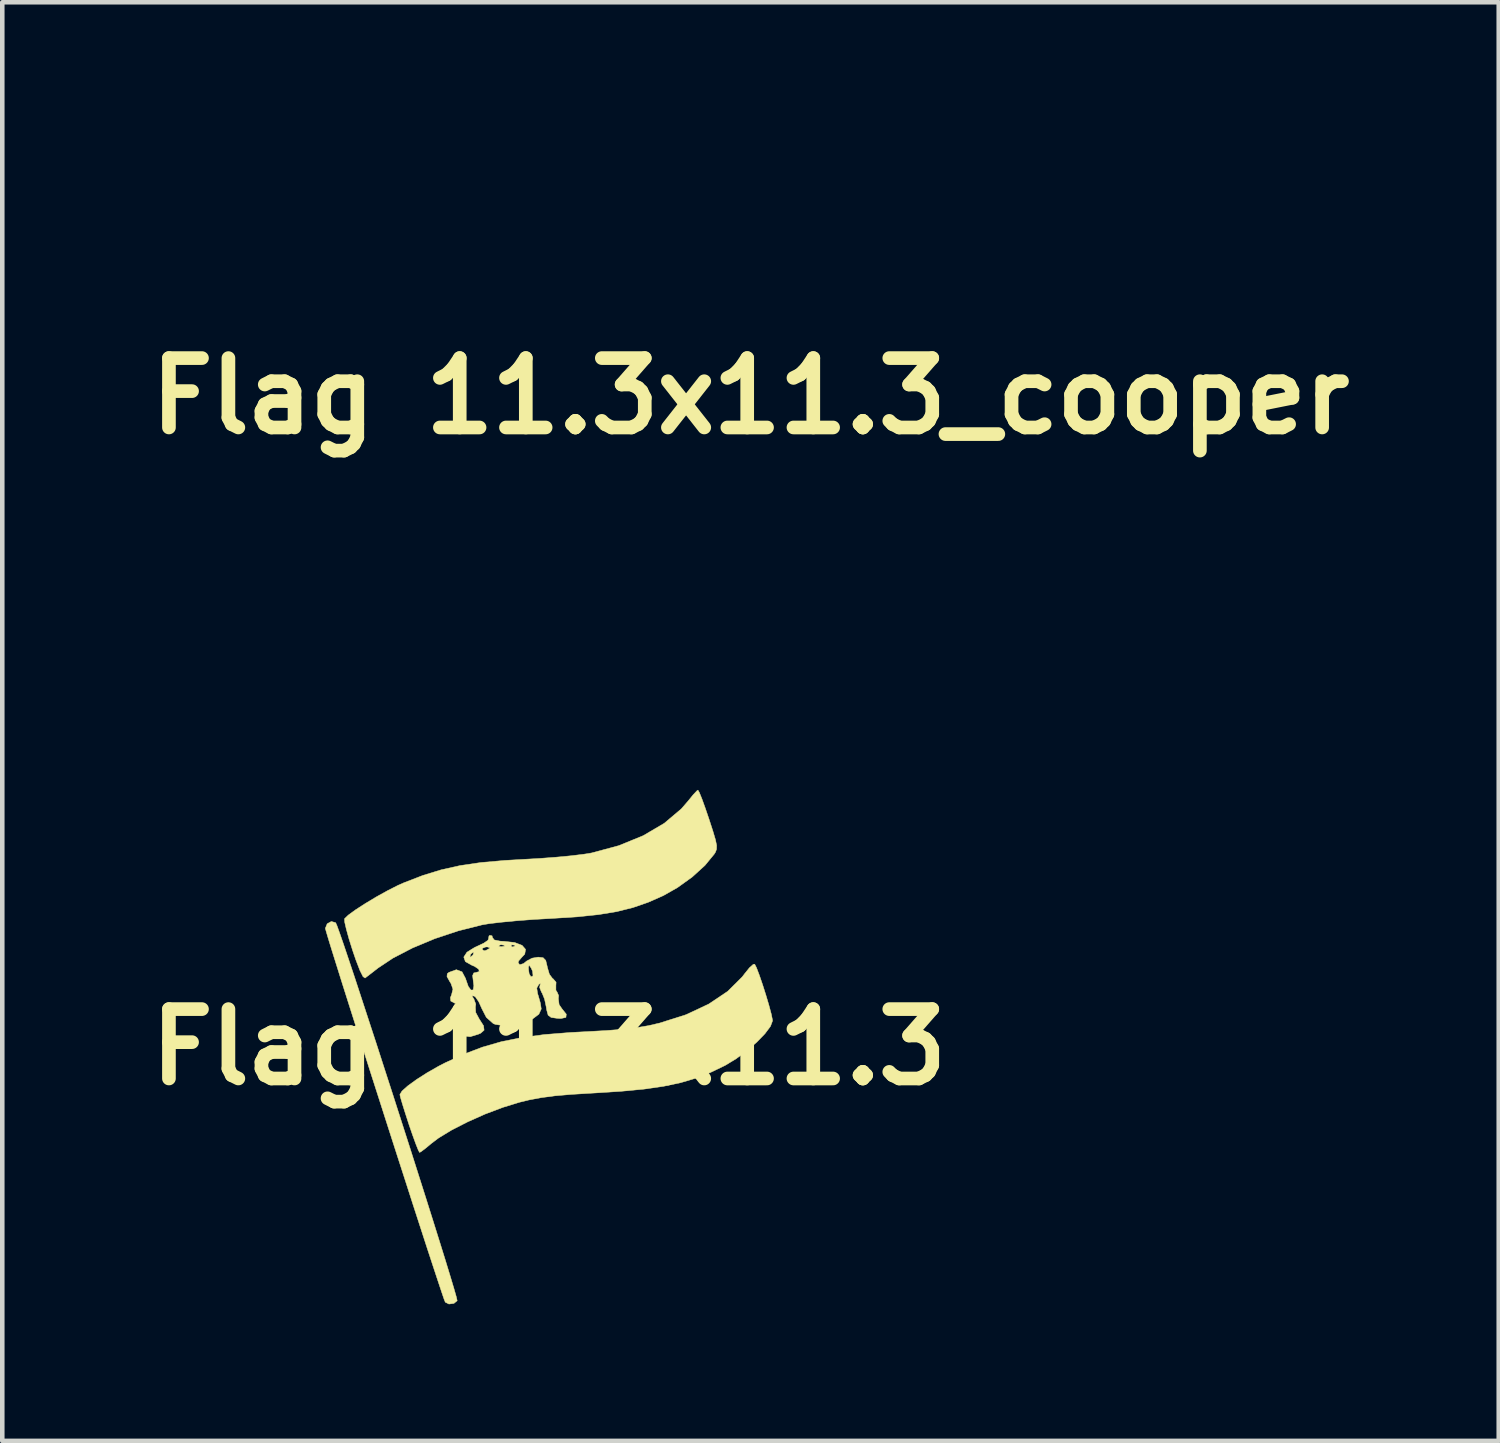
<source format=kicad_pcb>
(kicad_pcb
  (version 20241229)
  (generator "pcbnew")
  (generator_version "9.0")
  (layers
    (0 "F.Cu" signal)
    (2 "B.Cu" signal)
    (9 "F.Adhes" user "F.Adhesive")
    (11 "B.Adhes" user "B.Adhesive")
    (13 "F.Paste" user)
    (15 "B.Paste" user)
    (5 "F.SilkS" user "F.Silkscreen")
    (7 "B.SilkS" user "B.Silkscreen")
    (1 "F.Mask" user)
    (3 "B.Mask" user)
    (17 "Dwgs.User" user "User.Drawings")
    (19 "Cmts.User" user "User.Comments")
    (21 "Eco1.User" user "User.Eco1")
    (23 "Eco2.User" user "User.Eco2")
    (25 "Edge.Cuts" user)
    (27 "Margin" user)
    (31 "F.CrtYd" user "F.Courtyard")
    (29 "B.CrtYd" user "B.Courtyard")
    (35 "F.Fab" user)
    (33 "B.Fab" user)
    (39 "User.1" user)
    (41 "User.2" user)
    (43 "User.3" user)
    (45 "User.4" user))
  (footprint "Flag 11.3x11.3_cooper"
    (layer "F.Cu")
    (at 13.433 5.649)
    (property "Reference" "Flag 11.3x11.3_cooper" (at 0 0 0) (layer "F.SilkS") (effects (font (size 1.524 1.524) (thickness 0.3))))
    (attr through_hole)
    (fp_poly (pts (xy -4.686 -2.733) (xy -4.683 -2.73) (xy -4.655 -2.667) (xy -4.597 -2.506) (xy -4.511 -2.258) (xy -4.402 -1.934) (xy -4.271 -1.542) (xy -4.124 -1.094) (xy -3.962 -0.599) (xy -3.788 -0.068) (xy -3.608 0.49) (xy -3.422 1.064) (xy -3.236 1.644) (xy -3.051 2.22) (xy -2.872 2.783) (xy -2.701 3.321) (xy -2.542 3.825) (xy -2.398 4.285) (xy -2.272 4.69) (xy -2.168 5.031) (xy -2.088 5.297) (xy -2.036 5.479) (xy -2.016 5.566) (xy -2.016 5.571) (xy -2.087 5.629) (xy -2.196 5.643) (xy -2.276 5.603) (xy -2.277 5.602) (xy -2.303 5.536) (xy -2.359 5.372) (xy -2.442 5.122) (xy -2.55 4.795) (xy -2.679 4.402) (xy -2.825 3.952) (xy -2.986 3.456) (xy -3.157 2.924) (xy -3.337 2.367) (xy -3.521 1.794) (xy -3.706 1.216) (xy -3.89 0.643) (xy -4.068 0.085) (xy -4.237 -0.447) (xy -4.395 -0.944) (xy -4.538 -1.395) (xy -4.662 -1.791) (xy -4.765 -2.12) (xy -4.843 -2.373) (xy -4.892 -2.539) (xy -4.911 -2.608) (xy -4.911 -2.609) (xy -4.87 -2.709) (xy -4.779 -2.759) (xy -4.686 -2.733)) (stroke (width 0.01) (type solid)) (fill yes) (layer "F.Mask"))
    (fp_poly (pts (xy 3.302 -5.594) (xy 3.358 -5.457) (xy 3.431 -5.255) (xy 3.514 -5.012) (xy 3.602 -4.741) (xy 3.657 -4.555) (xy 3.683 -4.431) (xy 3.681 -4.347) (xy 3.657 -4.281) (xy 3.63 -4.238) (xy 3.427 -3.991) (xy 3.148 -3.737) (xy 2.824 -3.504) (xy 2.512 -3.327) (xy 2.179 -3.18) (xy 1.846 -3.065) (xy 1.49 -2.976) (xy 1.089 -2.91) (xy 0.621 -2.861) (xy 0.064 -2.826) (xy 0.028 -2.824) (xy -0.344 -2.803) (xy -0.711 -2.775) (xy -1.043 -2.743) (xy -1.315 -2.711) (xy -1.474 -2.684) (xy -1.992 -2.553) (xy -2.509 -2.381) (xy -2.996 -2.178) (xy -3.424 -1.956) (xy -3.754 -1.737) (xy -3.896 -1.626) (xy -4.006 -1.542) (xy -4.038 -1.517) (xy -4.083 -1.548) (xy -4.151 -1.683) (xy -4.241 -1.917) (xy -4.31 -2.119) (xy -4.39 -2.373) (xy -4.45 -2.59) (xy -4.486 -2.746) (xy -4.49 -2.818) (xy -4.49 -2.819) (xy -4.408 -2.898) (xy -4.249 -3.014) (xy -4.037 -3.151) (xy -3.795 -3.297) (xy -3.546 -3.435) (xy -3.314 -3.553) (xy -3.187 -3.609) (xy -2.77 -3.77) (xy -2.366 -3.894) (xy -1.95 -3.987) (xy -1.493 -4.054) (xy -0.968 -4.1) (xy -0.587 -4.122) (xy -0.213 -4.143) (xy 0.158 -4.171) (xy 0.495 -4.203) (xy 0.772 -4.237) (xy 0.937 -4.264) (xy 1.535 -4.425) (xy 2.071 -4.644) (xy 2.533 -4.916) (xy 2.908 -5.233) (xy 3.061 -5.41) (xy 3.168 -5.542) (xy 3.248 -5.627) (xy 3.273 -5.644) (xy 3.302 -5.594)) (stroke (width 0.01) (type solid)) (fill yes) (layer "F.Mask"))
    (fp_poly (pts (xy 4.559 -1.742) (xy 4.62 -1.582) (xy 4.692 -1.372) (xy 4.766 -1.139) (xy 4.833 -0.913) (xy 4.884 -0.723) (xy 4.909 -0.598) (xy 4.911 -0.578) (xy 4.866 -0.457) (xy 4.744 -0.294) (xy 4.565 -0.109) (xy 4.347 0.08) (xy 4.111 0.256) (xy 3.875 0.399) (xy 3.866 0.404) (xy 3.548 0.557) (xy 3.229 0.682) (xy 2.891 0.782) (xy 2.516 0.861) (xy 2.086 0.923) (xy 1.581 0.971) (xy 0.984 1.009) (xy 0.931 1.012) (xy 0.489 1.039) (xy 0.132 1.07) (xy -0.169 1.11) (xy -0.441 1.161) (xy -0.649 1.212) (xy -1.013 1.324) (xy -1.402 1.471) (xy -1.785 1.642) (xy -2.136 1.821) (xy -2.425 1.997) (xy -2.577 2.112) (xy -2.712 2.224) (xy -2.809 2.297) (xy -2.841 2.314) (xy -2.869 2.264) (xy -2.923 2.128) (xy -2.996 1.927) (xy -3.072 1.707) (xy -3.152 1.46) (xy -3.218 1.25) (xy -3.261 1.102) (xy -3.274 1.042) (xy -3.227 0.965) (xy -3.099 0.851) (xy -2.909 0.713) (xy -2.678 0.565) (xy -2.424 0.42) (xy -2.283 0.347) (xy -1.863 0.154) (xy -1.458 0.000135) (xy -1.045 -0.119) (xy -0.601 -0.209) (xy -0.103 -0.275) (xy 0.471 -0.321) (xy 0.818 -0.339) (xy 1.266 -0.364) (xy 1.627 -0.392) (xy 1.925 -0.427) (xy 2.186 -0.471) (xy 2.432 -0.528) (xy 3.009 -0.711) (xy 3.51 -0.946) (xy 3.926 -1.225) (xy 4.245 -1.542) (xy 4.3 -1.614) (xy 4.405 -1.744) (xy 4.487 -1.817) (xy 4.519 -1.821) (xy 4.559 -1.742)) (stroke (width 0.01) (type solid)) (fill yes) (layer "F.Mask"))
    (fp_poly (pts (xy -1.249 -2.444) (xy -1.242 -2.409) (xy -1.201 -2.354) (xy -1.07 -2.327) (xy -0.988 -2.323) (xy -0.752 -2.297) (xy -0.59 -2.235) (xy -0.513 -2.147) (xy -0.531 -2.042) (xy -0.593 -1.976) (xy -0.664 -1.894) (xy -0.677 -1.856) (xy -0.642 -1.809) (xy -0.557 -1.835) (xy -0.488 -1.891) (xy -0.371 -1.953) (xy -0.237 -1.976) (xy -0.127 -1.963) (xy -0.07 -1.904) (xy -0.037 -1.767) (xy -0.036 -1.756) (xy 0.01 -1.6) (xy 0.078 -1.508) (xy 0.091 -1.501) (xy 0.157 -1.425) (xy 0.153 -1.354) (xy 0.153 -1.248) (xy 0.18 -1.207) (xy 0.213 -1.132) (xy 0.207 -1.062) (xy 0.224 -0.932) (xy 0.286 -0.842) (xy 0.381 -0.723) (xy 0.373 -0.652) (xy 0.263 -0.628) (xy 0.183 -0.632) (xy 0.049 -0.651) (xy -0.018 -0.701) (xy -0.05 -0.818) (xy -0.06 -0.884) (xy -0.096 -1.054) (xy -0.149 -1.185) (xy -0.163 -1.206) (xy -0.205 -1.31) (xy -0.194 -1.366) (xy -0.177 -1.41) (xy -0.225 -1.373) (xy -0.267 -1.297) (xy -0.249 -1.175) (xy -0.233 -1.125) (xy -0.188 -0.967) (xy -0.169 -0.839) (xy -0.169 -0.837) (xy -0.221 -0.723) (xy -0.357 -0.62) (xy -0.55 -0.538) (xy -0.77 -0.484) (xy -0.989 -0.469) (xy -1.18 -0.5) (xy -1.222 -0.517) (xy -1.375 -0.653) (xy -1.473 -0.844) (xy -1.543 -0.999) (xy -1.615 -1.102) (xy -1.644 -1.121) (xy -1.692 -1.127) (xy -1.659 -1.072) (xy -1.65 -1.061) (xy -1.607 -0.944) (xy -1.615 -0.878) (xy -1.608 -0.761) (xy -1.532 -0.619) (xy -1.436 -0.469) (xy -1.424 -0.372) (xy -1.498 -0.306) (xy -1.556 -0.281) (xy -1.731 -0.228) (xy -1.824 -0.24) (xy -1.846 -0.322) (xy -1.836 -0.388) (xy -1.828 -0.518) (xy -1.885 -0.582) (xy -1.894 -0.586) (xy -1.959 -0.651) (xy -1.952 -0.763) (xy -1.946 -0.877) (xy -2.021 -0.943) (xy -2.058 -0.959) (xy -2.156 -1.011) (xy -2.164 -1.086) (xy -2.139 -1.149) (xy -2.108 -1.272) (xy -2.151 -1.396) (xy -2.177 -1.437) (xy -2.239 -1.549) (xy -2.233 -1.611) (xy -2.197 -1.641) (xy -2.034 -1.7) (xy -1.909 -1.654) (xy -1.83 -1.505) (xy -1.825 -1.486) (xy -1.771 -1.332) (xy -1.712 -1.253) (xy -1.665 -1.256) (xy -1.649 -1.345) (xy -1.66 -1.432) (xy -1.676 -1.571) (xy -1.651 -1.629) (xy -1.611 -1.637) (xy -1.531 -1.659) (xy -1.542 -1.711) (xy -1.551 -1.717) (xy -0.45 -1.717) (xy -0.434 -1.609) (xy -0.396 -1.546) (xy -0.357 -1.558) (xy -0.35 -1.575) (xy -0.36 -1.667) (xy -0.389 -1.734) (xy -0.435 -1.8) (xy -0.449 -1.761) (xy -0.45 -1.717) (xy -1.551 -1.717) (xy -1.633 -1.773) (xy -1.693 -1.798) (xy -1.835 -1.878) (xy -1.87 -1.977) (xy -1.869 -1.979) (xy -1.736 -1.979) (xy -1.728 -1.976) (xy -1.677 -2.015) (xy -1.665 -2.032) (xy -1.651 -2.085) (xy -1.658 -2.088) (xy -1.71 -2.049) (xy -1.722 -2.032) (xy -1.736 -1.979) (xy -1.869 -1.979) (xy -1.801 -2.084) (xy -1.7 -2.147) (xy -1.468 -2.147) (xy -1.426 -2.116) (xy -1.383 -2.124) (xy -1.309 -2.165) (xy -1.298 -2.179) (xy -1.344 -2.199) (xy -1.383 -2.201) (xy -1.458 -2.172) (xy -1.468 -2.147) (xy -1.7 -2.147) (xy -1.63 -2.19) (xy -1.581 -2.212) (xy -1.575 -2.215) (xy -1.104 -2.215) (xy -1.049 -2.206) (xy -0.976 -2.216) (xy -0.975 -2.235) (xy -0.995 -2.239) (xy -0.828 -2.239) (xy -0.82 -2.205) (xy -0.79 -2.201) (xy -0.744 -2.222) (xy -0.753 -2.239) (xy -0.82 -2.246) (xy -0.828 -2.239) (xy -0.995 -2.239) (xy -1.05 -2.249) (xy -1.083 -2.24) (xy -1.104 -2.215) (xy -1.575 -2.215) (xy -1.431 -2.283) (xy -1.341 -2.345) (xy -1.328 -2.374) (xy -1.317 -2.44) (xy -1.299 -2.455) (xy -1.249 -2.444)) (stroke (width 0.01) (type solid)) (fill yes) (layer "F.Mask")))
  (footprint "Flag 11.3x11.3"
    (layer "F.Cu")
    (at 9.006 19.947)
    (property "Reference" "Flag 11.3x11.3" (at 0 0 0) (layer "F.SilkS") (effects (font (size 1.524 1.524) (thickness 0.3))))
    (attr through_hole)
    (fp_poly (pts (xy -4.686 -2.733) (xy -4.683 -2.73) (xy -4.655 -2.667) (xy -4.597 -2.506) (xy -4.511 -2.258) (xy -4.402 -1.934) (xy -4.271 -1.542) (xy -4.124 -1.094) (xy -3.962 -0.599) (xy -3.788 -0.068) (xy -3.608 0.49) (xy -3.422 1.064) (xy -3.236 1.644) (xy -3.051 2.22) (xy -2.872 2.783) (xy -2.701 3.321) (xy -2.542 3.825) (xy -2.398 4.285) (xy -2.272 4.69) (xy -2.168 5.031) (xy -2.088 5.297) (xy -2.036 5.479) (xy -2.016 5.566) (xy -2.016 5.571) (xy -2.087 5.629) (xy -2.196 5.643) (xy -2.276 5.603) (xy -2.277 5.602) (xy -2.303 5.536) (xy -2.359 5.372) (xy -2.442 5.122) (xy -2.55 4.795) (xy -2.679 4.402) (xy -2.825 3.952) (xy -2.986 3.456) (xy -3.157 2.924) (xy -3.337 2.367) (xy -3.521 1.794) (xy -3.706 1.216) (xy -3.89 0.643) (xy -4.068 0.085) (xy -4.237 -0.447) (xy -4.395 -0.944) (xy -4.538 -1.395) (xy -4.662 -1.791) (xy -4.765 -2.12) (xy -4.843 -2.373) (xy -4.892 -2.539) (xy -4.911 -2.608) (xy -4.911 -2.609) (xy -4.87 -2.709) (xy -4.779 -2.759) (xy -4.686 -2.733)) (stroke (width 0.01) (type solid)) (fill yes) (layer "F.SilkS"))
    (fp_poly (pts (xy 3.302 -5.594) (xy 3.358 -5.457) (xy 3.431 -5.255) (xy 3.514 -5.012) (xy 3.602 -4.741) (xy 3.657 -4.555) (xy 3.683 -4.431) (xy 3.681 -4.347) (xy 3.657 -4.281) (xy 3.63 -4.238) (xy 3.427 -3.991) (xy 3.148 -3.737) (xy 2.824 -3.504) (xy 2.512 -3.327) (xy 2.179 -3.18) (xy 1.846 -3.065) (xy 1.49 -2.976) (xy 1.089 -2.91) (xy 0.621 -2.861) (xy 0.064 -2.826) (xy 0.028 -2.824) (xy -0.344 -2.803) (xy -0.711 -2.775) (xy -1.043 -2.743) (xy -1.315 -2.711) (xy -1.474 -2.684) (xy -1.992 -2.553) (xy -2.509 -2.381) (xy -2.996 -2.178) (xy -3.424 -1.956) (xy -3.754 -1.737) (xy -3.896 -1.626) (xy -4.006 -1.542) (xy -4.038 -1.517) (xy -4.083 -1.548) (xy -4.151 -1.683) (xy -4.241 -1.917) (xy -4.31 -2.119) (xy -4.39 -2.373) (xy -4.45 -2.59) (xy -4.486 -2.746) (xy -4.49 -2.818) (xy -4.49 -2.819) (xy -4.408 -2.898) (xy -4.249 -3.014) (xy -4.037 -3.151) (xy -3.795 -3.297) (xy -3.546 -3.435) (xy -3.314 -3.553) (xy -3.187 -3.609) (xy -2.77 -3.77) (xy -2.366 -3.894) (xy -1.95 -3.987) (xy -1.493 -4.054) (xy -0.968 -4.1) (xy -0.587 -4.122) (xy -0.213 -4.143) (xy 0.158 -4.171) (xy 0.495 -4.203) (xy 0.772 -4.237) (xy 0.937 -4.264) (xy 1.535 -4.425) (xy 2.071 -4.644) (xy 2.533 -4.916) (xy 2.908 -5.233) (xy 3.061 -5.41) (xy 3.168 -5.542) (xy 3.248 -5.627) (xy 3.273 -5.644) (xy 3.302 -5.594)) (stroke (width 0.01) (type solid)) (fill yes) (layer "F.SilkS"))
    (fp_poly (pts (xy 4.559 -1.742) (xy 4.62 -1.582) (xy 4.692 -1.372) (xy 4.766 -1.139) (xy 4.833 -0.913) (xy 4.884 -0.723) (xy 4.909 -0.598) (xy 4.911 -0.578) (xy 4.866 -0.457) (xy 4.744 -0.294) (xy 4.565 -0.109) (xy 4.347 0.08) (xy 4.111 0.256) (xy 3.875 0.399) (xy 3.866 0.404) (xy 3.548 0.557) (xy 3.229 0.682) (xy 2.891 0.782) (xy 2.516 0.861) (xy 2.086 0.923) (xy 1.581 0.971) (xy 0.984 1.009) (xy 0.931 1.012) (xy 0.489 1.039) (xy 0.132 1.07) (xy -0.169 1.11) (xy -0.441 1.161) (xy -0.649 1.212) (xy -1.013 1.324) (xy -1.402 1.471) (xy -1.785 1.642) (xy -2.136 1.821) (xy -2.425 1.997) (xy -2.577 2.112) (xy -2.712 2.224) (xy -2.809 2.297) (xy -2.841 2.314) (xy -2.869 2.264) (xy -2.923 2.128) (xy -2.996 1.927) (xy -3.072 1.707) (xy -3.152 1.46) (xy -3.218 1.25) (xy -3.261 1.102) (xy -3.274 1.042) (xy -3.227 0.965) (xy -3.099 0.851) (xy -2.909 0.713) (xy -2.678 0.565) (xy -2.424 0.42) (xy -2.283 0.347) (xy -1.863 0.154) (xy -1.458 0.000135) (xy -1.045 -0.119) (xy -0.601 -0.209) (xy -0.103 -0.275) (xy 0.471 -0.321) (xy 0.818 -0.339) (xy 1.266 -0.364) (xy 1.627 -0.392) (xy 1.925 -0.427) (xy 2.186 -0.471) (xy 2.432 -0.528) (xy 3.009 -0.711) (xy 3.51 -0.946) (xy 3.926 -1.225) (xy 4.245 -1.542) (xy 4.3 -1.614) (xy 4.405 -1.744) (xy 4.487 -1.817) (xy 4.519 -1.821) (xy 4.559 -1.742)) (stroke (width 0.01) (type solid)) (fill yes) (layer "F.SilkS"))
    (fp_poly (pts (xy -1.249 -2.444) (xy -1.242 -2.409) (xy -1.201 -2.354) (xy -1.07 -2.327) (xy -0.988 -2.323) (xy -0.752 -2.297) (xy -0.59 -2.235) (xy -0.513 -2.147) (xy -0.531 -2.042) (xy -0.593 -1.976) (xy -0.664 -1.894) (xy -0.677 -1.856) (xy -0.642 -1.809) (xy -0.557 -1.835) (xy -0.488 -1.891) (xy -0.371 -1.953) (xy -0.237 -1.976) (xy -0.127 -1.963) (xy -0.07 -1.904) (xy -0.037 -1.767) (xy -0.036 -1.756) (xy 0.01 -1.6) (xy 0.078 -1.508) (xy 0.091 -1.501) (xy 0.157 -1.425) (xy 0.153 -1.354) (xy 0.153 -1.248) (xy 0.18 -1.207) (xy 0.213 -1.132) (xy 0.207 -1.062) (xy 0.224 -0.932) (xy 0.286 -0.842) (xy 0.381 -0.723) (xy 0.373 -0.652) (xy 0.263 -0.628) (xy 0.183 -0.632) (xy 0.049 -0.651) (xy -0.018 -0.701) (xy -0.05 -0.818) (xy -0.06 -0.884) (xy -0.096 -1.054) (xy -0.149 -1.185) (xy -0.163 -1.206) (xy -0.205 -1.31) (xy -0.194 -1.366) (xy -0.177 -1.41) (xy -0.225 -1.373) (xy -0.267 -1.297) (xy -0.249 -1.175) (xy -0.233 -1.125) (xy -0.188 -0.967) (xy -0.169 -0.839) (xy -0.169 -0.837) (xy -0.221 -0.723) (xy -0.357 -0.62) (xy -0.55 -0.538) (xy -0.77 -0.484) (xy -0.989 -0.469) (xy -1.18 -0.5) (xy -1.222 -0.517) (xy -1.375 -0.653) (xy -1.473 -0.844) (xy -1.543 -0.999) (xy -1.615 -1.102) (xy -1.644 -1.121) (xy -1.692 -1.127) (xy -1.659 -1.072) (xy -1.65 -1.061) (xy -1.607 -0.944) (xy -1.615 -0.878) (xy -1.608 -0.761) (xy -1.532 -0.619) (xy -1.436 -0.469) (xy -1.424 -0.372) (xy -1.498 -0.306) (xy -1.556 -0.281) (xy -1.731 -0.228) (xy -1.824 -0.24) (xy -1.846 -0.322) (xy -1.836 -0.388) (xy -1.828 -0.518) (xy -1.885 -0.582) (xy -1.894 -0.586) (xy -1.959 -0.651) (xy -1.952 -0.763) (xy -1.946 -0.877) (xy -2.021 -0.943) (xy -2.058 -0.959) (xy -2.156 -1.011) (xy -2.164 -1.086) (xy -2.139 -1.149) (xy -2.108 -1.272) (xy -2.151 -1.396) (xy -2.177 -1.437) (xy -2.239 -1.549) (xy -2.233 -1.611) (xy -2.197 -1.641) (xy -2.034 -1.7) (xy -1.909 -1.654) (xy -1.83 -1.505) (xy -1.825 -1.486) (xy -1.771 -1.332) (xy -1.712 -1.253) (xy -1.665 -1.256) (xy -1.649 -1.345) (xy -1.66 -1.432) (xy -1.676 -1.571) (xy -1.651 -1.629) (xy -1.611 -1.637) (xy -1.531 -1.659) (xy -1.542 -1.711) (xy -1.551 -1.717) (xy -0.45 -1.717) (xy -0.434 -1.609) (xy -0.396 -1.546) (xy -0.357 -1.558) (xy -0.35 -1.575) (xy -0.36 -1.667) (xy -0.389 -1.734) (xy -0.435 -1.8) (xy -0.449 -1.761) (xy -0.45 -1.717) (xy -1.551 -1.717) (xy -1.633 -1.773) (xy -1.693 -1.798) (xy -1.835 -1.878) (xy -1.87 -1.977) (xy -1.869 -1.979) (xy -1.736 -1.979) (xy -1.728 -1.976) (xy -1.677 -2.015) (xy -1.665 -2.032) (xy -1.651 -2.085) (xy -1.658 -2.088) (xy -1.71 -2.049) (xy -1.722 -2.032) (xy -1.736 -1.979) (xy -1.869 -1.979) (xy -1.801 -2.084) (xy -1.7 -2.147) (xy -1.468 -2.147) (xy -1.426 -2.116) (xy -1.383 -2.124) (xy -1.309 -2.165) (xy -1.298 -2.179) (xy -1.344 -2.199) (xy -1.383 -2.201) (xy -1.458 -2.172) (xy -1.468 -2.147) (xy -1.7 -2.147) (xy -1.63 -2.19) (xy -1.581 -2.212) (xy -1.575 -2.215) (xy -1.104 -2.215) (xy -1.049 -2.206) (xy -0.976 -2.216) (xy -0.975 -2.235) (xy -0.995 -2.239) (xy -0.828 -2.239) (xy -0.82 -2.205) (xy -0.79 -2.201) (xy -0.744 -2.222) (xy -0.753 -2.239) (xy -0.82 -2.246) (xy -0.828 -2.239) (xy -0.995 -2.239) (xy -1.05 -2.249) (xy -1.083 -2.24) (xy -1.104 -2.215) (xy -1.575 -2.215) (xy -1.431 -2.283) (xy -1.341 -2.345) (xy -1.328 -2.374) (xy -1.317 -2.44) (xy -1.299 -2.455) (xy -1.249 -2.444)) (stroke (width 0.01) (type solid)) (fill yes) (layer "F.SilkS")))
  (gr_rect
    (start -3 -3)
    (end 29.866 28.595)
    (stroke (width 0.1) (type default))
    (fill no)
    (layer "Edge.Cuts")))
</source>
